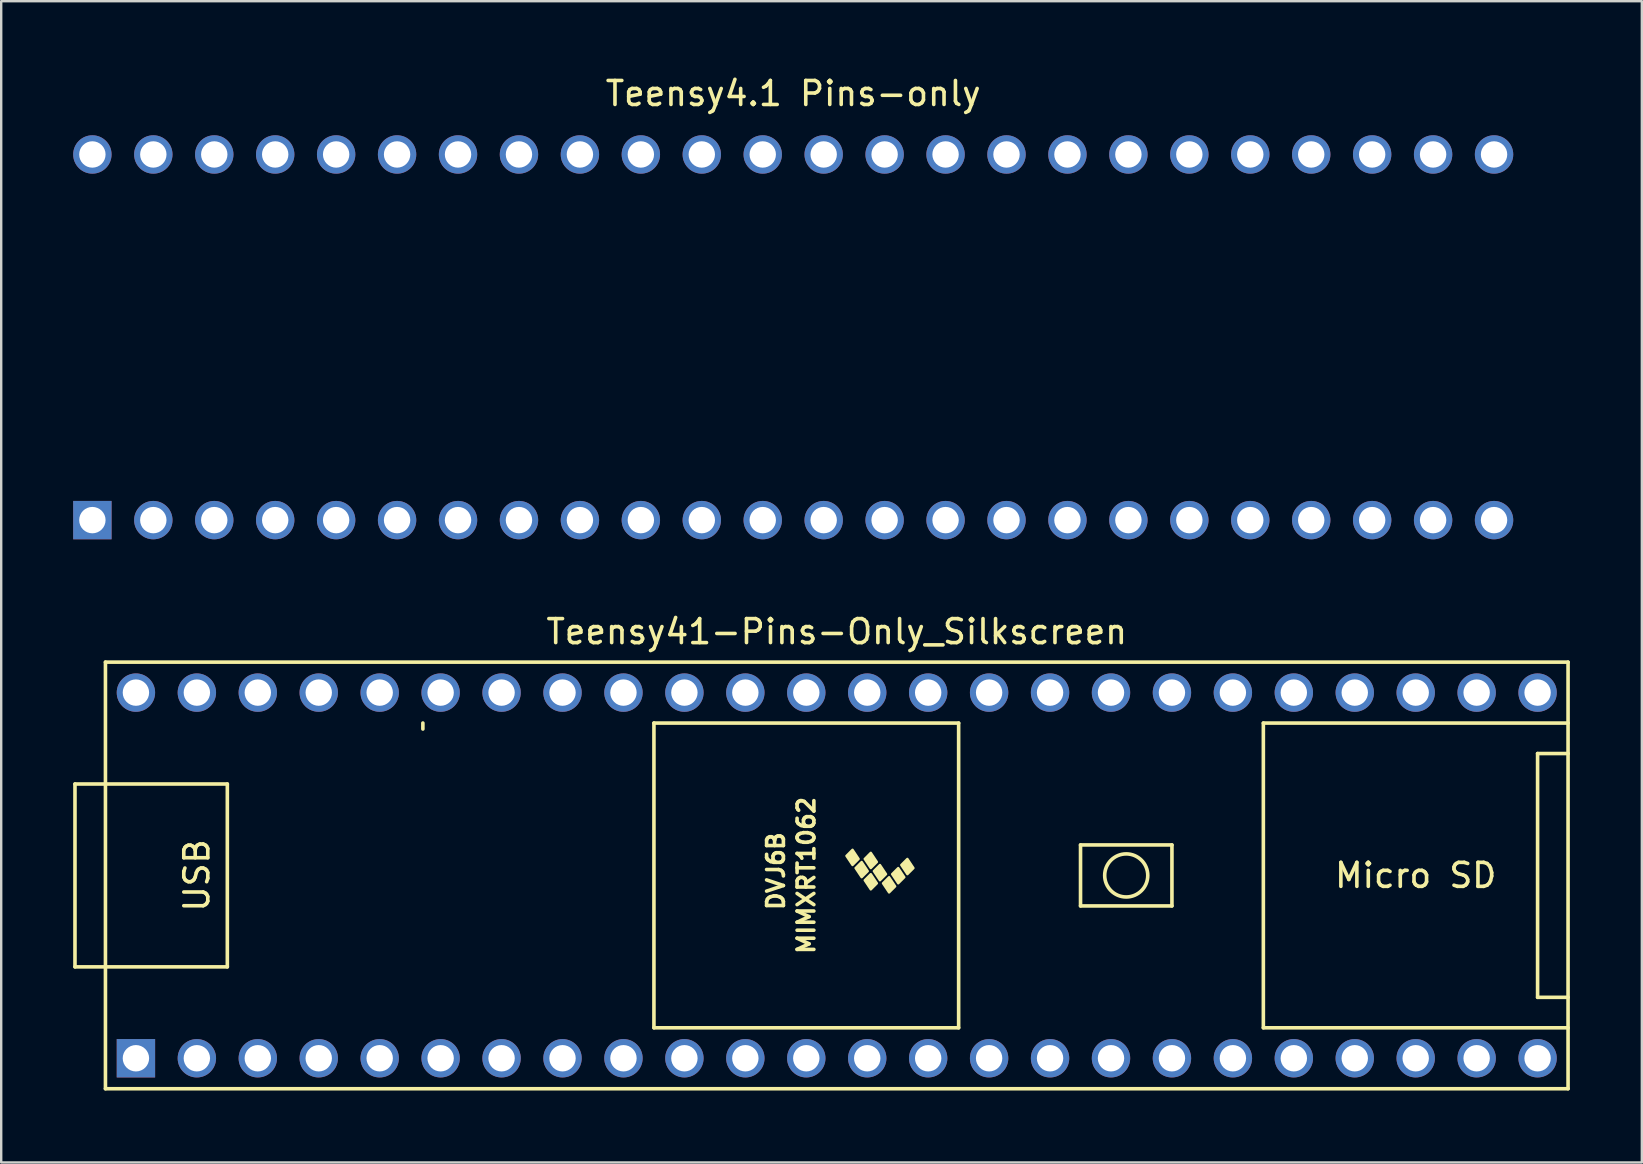
<source format=kicad_pcb>
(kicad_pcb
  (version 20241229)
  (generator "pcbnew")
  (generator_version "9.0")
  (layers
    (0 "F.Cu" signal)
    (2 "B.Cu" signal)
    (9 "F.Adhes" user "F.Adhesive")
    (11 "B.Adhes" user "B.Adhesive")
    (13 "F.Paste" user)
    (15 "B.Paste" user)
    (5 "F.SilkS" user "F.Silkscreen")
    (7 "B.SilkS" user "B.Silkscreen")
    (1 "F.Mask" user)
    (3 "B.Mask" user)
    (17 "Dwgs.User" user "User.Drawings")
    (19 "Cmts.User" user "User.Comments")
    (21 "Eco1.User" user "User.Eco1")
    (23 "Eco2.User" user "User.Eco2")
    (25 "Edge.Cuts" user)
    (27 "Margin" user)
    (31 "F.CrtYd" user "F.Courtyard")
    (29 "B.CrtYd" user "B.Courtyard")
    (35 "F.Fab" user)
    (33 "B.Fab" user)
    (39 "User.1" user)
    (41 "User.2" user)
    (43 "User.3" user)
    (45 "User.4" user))
  (footprint "Teensy4.1 Pins-only"
    (layer "F.Cu")
    (at 30.01 11.008)
    (property "Reference" "Teensy4.1 Pins-only" (at 0 -10.16 0) (layer "F.SilkS") (effects (font (size 1 1) (thickness 0.15))))
    (attr through_hole)
    (pad "1" thru_hole rect (at -29.21 7.62) (size 1.6 1.6) (drill 1.1) (layers "*.Cu" "*.Mask"))
    (pad "2" thru_hole circle (at -26.67 7.62) (size 1.6 1.6) (drill 1.1) (layers "*.Cu" "*.Mask"))
    (pad "3" thru_hole circle (at -24.13 7.62) (size 1.6 1.6) (drill 1.1) (layers "*.Cu" "*.Mask"))
    (pad "4" thru_hole circle (at -21.59 7.62) (size 1.6 1.6) (drill 1.1) (layers "*.Cu" "*.Mask"))
    (pad "5" thru_hole circle (at -19.05 7.62) (size 1.6 1.6) (drill 1.1) (layers "*.Cu" "*.Mask"))
    (pad "6" thru_hole circle (at -16.51 7.62) (size 1.6 1.6) (drill 1.1) (layers "*.Cu" "*.Mask"))
    (pad "7" thru_hole circle (at -13.97 7.62) (size 1.6 1.6) (drill 1.1) (layers "*.Cu" "*.Mask"))
    (pad "8" thru_hole circle (at -11.43 7.62) (size 1.6 1.6) (drill 1.1) (layers "*.Cu" "*.Mask"))
    (pad "9" thru_hole circle (at -8.89 7.62) (size 1.6 1.6) (drill 1.1) (layers "*.Cu" "*.Mask"))
    (pad "10" thru_hole circle (at -6.35 7.62) (size 1.6 1.6) (drill 1.1) (layers "*.Cu" "*.Mask"))
    (pad "11" thru_hole circle (at -3.81 7.62) (size 1.6 1.6) (drill 1.1) (layers "*.Cu" "*.Mask"))
    (pad "12" thru_hole circle (at -1.27 7.62) (size 1.6 1.6) (drill 1.1) (layers "*.Cu" "*.Mask"))
    (pad "13" thru_hole circle (at 1.27 7.62) (size 1.6 1.6) (drill 1.1) (layers "*.Cu" "*.Mask"))
    (pad "14" thru_hole circle (at 3.81 7.62) (size 1.6 1.6) (drill 1.1) (layers "*.Cu" "*.Mask"))
    (pad "15" thru_hole circle (at 6.35 7.62) (size 1.6 1.6) (drill 1.1) (layers "*.Cu" "*.Mask"))
    (pad "16" thru_hole circle (at 8.89 7.62) (size 1.6 1.6) (drill 1.1) (layers "*.Cu" "*.Mask"))
    (pad "17" thru_hole circle (at 11.43 7.62) (size 1.6 1.6) (drill 1.1) (layers "*.Cu" "*.Mask"))
    (pad "18" thru_hole circle (at 13.97 7.62) (size 1.6 1.6) (drill 1.1) (layers "*.Cu" "*.Mask"))
    (pad "19" thru_hole circle (at 16.51 7.62) (size 1.6 1.6) (drill 1.1) (layers "*.Cu" "*.Mask"))
    (pad "20" thru_hole circle (at 19.05 7.62) (size 1.6 1.6) (drill 1.1) (layers "*.Cu" "*.Mask"))
    (pad "21" thru_hole circle (at 21.59 7.62) (size 1.6 1.6) (drill 1.1) (layers "*.Cu" "*.Mask"))
    (pad "22" thru_hole circle (at 24.13 7.62) (size 1.6 1.6) (drill 1.1) (layers "*.Cu" "*.Mask"))
    (pad "23" thru_hole circle (at 26.67 7.62) (size 1.6 1.6) (drill 1.1) (layers "*.Cu" "*.Mask"))
    (pad "24" thru_hole circle (at 29.21 7.62) (size 1.6 1.6) (drill 1.1) (layers "*.Cu" "*.Mask"))
    (pad "25" thru_hole circle (at 29.21 -7.62) (size 1.6 1.6) (drill 1.1) (layers "*.Cu" "*.Mask"))
    (pad "26" thru_hole circle (at 26.67 -7.62) (size 1.6 1.6) (drill 1.1) (layers "*.Cu" "*.Mask"))
    (pad "27" thru_hole circle (at 24.13 -7.62) (size 1.6 1.6) (drill 1.1) (layers "*.Cu" "*.Mask"))
    (pad "28" thru_hole circle (at 21.59 -7.62) (size 1.6 1.6) (drill 1.1) (layers "*.Cu" "*.Mask"))
    (pad "29" thru_hole circle (at 19.05 -7.62) (size 1.6 1.6) (drill 1.1) (layers "*.Cu" "*.Mask"))
    (pad "30" thru_hole circle (at 16.51 -7.62) (size 1.6 1.6) (drill 1.1) (layers "*.Cu" "*.Mask"))
    (pad "31" thru_hole circle (at 13.97 -7.62) (size 1.6 1.6) (drill 1.1) (layers "*.Cu" "*.Mask"))
    (pad "32" thru_hole circle (at 11.43 -7.62) (size 1.6 1.6) (drill 1.1) (layers "*.Cu" "*.Mask"))
    (pad "33" thru_hole circle (at 8.89 -7.62) (size 1.6 1.6) (drill 1.1) (layers "*.Cu" "*.Mask"))
    (pad "34" thru_hole circle (at 6.35 -7.62) (size 1.6 1.6) (drill 1.1) (layers "*.Cu" "*.Mask"))
    (pad "35" thru_hole circle (at 3.81 -7.62) (size 1.6 1.6) (drill 1.1) (layers "*.Cu" "*.Mask"))
    (pad "36" thru_hole circle (at 1.27 -7.62) (size 1.6 1.6) (drill 1.1) (layers "*.Cu" "*.Mask"))
    (pad "37" thru_hole circle (at -1.27 -7.62) (size 1.6 1.6) (drill 1.1) (layers "*.Cu" "*.Mask"))
    (pad "38" thru_hole circle (at -3.81 -7.62) (size 1.6 1.6) (drill 1.1) (layers "*.Cu" "*.Mask"))
    (pad "39" thru_hole circle (at -6.35 -7.62) (size 1.6 1.6) (drill 1.1) (layers "*.Cu" "*.Mask"))
    (pad "40" thru_hole circle (at -8.89 -7.62) (size 1.6 1.6) (drill 1.1) (layers "*.Cu" "*.Mask"))
    (pad "41" thru_hole circle (at -11.43 -7.62) (size 1.6 1.6) (drill 1.1) (layers "*.Cu" "*.Mask"))
    (pad "42" thru_hole circle (at -13.97 -7.62) (size 1.6 1.6) (drill 1.1) (layers "*.Cu" "*.Mask"))
    (pad "43" thru_hole circle (at -16.51 -7.62) (size 1.6 1.6) (drill 1.1) (layers "*.Cu" "*.Mask"))
    (pad "44" thru_hole circle (at -19.05 -7.62) (size 1.6 1.6) (drill 1.1) (layers "*.Cu" "*.Mask"))
    (pad "45" thru_hole circle (at -21.59 -7.62) (size 1.6 1.6) (drill 1.1) (layers "*.Cu" "*.Mask"))
    (pad "46" thru_hole circle (at -24.13 -7.62) (size 1.6 1.6) (drill 1.1) (layers "*.Cu" "*.Mask"))
    (pad "47" thru_hole circle (at -26.67 -7.62) (size 1.6 1.6) (drill 1.1) (layers "*.Cu" "*.Mask"))
    (pad "48" thru_hole circle (at -29.21 -7.62) (size 1.6 1.6) (drill 1.1) (layers "*.Cu" "*.Mask")))
  (footprint "Teensy41-Pins-Only_Silkscreen"
    (layer "F.Cu")
    (at 31.825 33.437)
    (property "Reference" "Teensy41-Pins-Only_Silkscreen" (at 0 -10.16 0) (layer "F.SilkS") (effects (font (size 1 1) (thickness 0.15))))
    (attr through_hole)
    (fp_line (start -31.75 -3.81) (end -30.48 -3.81) (stroke (width 0.15) (type solid)) (layer "F.SilkS"))
    (fp_line (start -31.75 3.81) (end -31.75 -3.81) (stroke (width 0.15) (type solid)) (layer "F.SilkS"))
    (fp_line (start -30.48 -8.89) (end 30.48 -8.89) (stroke (width 0.15) (type solid)) (layer "F.SilkS"))
    (fp_line (start -30.48 3.81) (end -31.75 3.81) (stroke (width 0.15) (type solid)) (layer "F.SilkS"))
    (fp_line (start -30.48 8.89) (end -30.48 -8.89) (stroke (width 0.15) (type solid)) (layer "F.SilkS"))
    (fp_line (start -25.4 -3.81) (end -30.48 -3.81) (stroke (width 0.15) (type solid)) (layer "F.SilkS"))
    (fp_line (start -25.4 3.81) (end -30.48 3.81) (stroke (width 0.15) (type solid)) (layer "F.SilkS"))
    (fp_line (start -25.4 3.81) (end -25.4 -3.81) (stroke (width 0.15) (type solid)) (layer "F.SilkS"))
    (fp_line (start -17.25 -6.352) (end -17.25 -6.102) (stroke (width 0.15) (type solid)) (layer "F.SilkS"))
    (fp_line (start -7.62 -6.35) (end -7.62 6.35) (stroke (width 0.15) (type solid)) (layer "F.SilkS"))
    (fp_line (start -7.62 6.35) (end 5.08 6.35) (stroke (width 0.15) (type solid)) (layer "F.SilkS"))
    (fp_line (start 5.08 -6.35) (end -7.62 -6.35) (stroke (width 0.15) (type solid)) (layer "F.SilkS"))
    (fp_line (start 5.08 6.35) (end 5.08 -6.35) (stroke (width 0.15) (type solid)) (layer "F.SilkS"))
    (fp_line (start 10.16 -1.27) (end 13.97 -1.27) (stroke (width 0.15) (type solid)) (layer "F.SilkS"))
    (fp_line (start 10.16 1.27) (end 10.16 -1.27) (stroke (width 0.15) (type solid)) (layer "F.SilkS"))
    (fp_line (start 13.97 -1.27) (end 13.97 1.27) (stroke (width 0.15) (type solid)) (layer "F.SilkS"))
    (fp_line (start 13.97 1.27) (end 10.16 1.27) (stroke (width 0.15) (type solid)) (layer "F.SilkS"))
    (fp_line (start 17.78 -6.35) (end 17.78 6.35) (stroke (width 0.15) (type solid)) (layer "F.SilkS"))
    (fp_line (start 17.78 6.35) (end 30.48 6.35) (stroke (width 0.15) (type solid)) (layer "F.SilkS"))
    (fp_line (start 29.21 -5.08) (end 29.21 5.08) (stroke (width 0.15) (type solid)) (layer "F.SilkS"))
    (fp_line (start 29.21 5.08) (end 30.48 5.08) (stroke (width 0.15) (type solid)) (layer "F.SilkS"))
    (fp_line (start 30.48 -8.89) (end 30.48 8.89) (stroke (width 0.15) (type solid)) (layer "F.SilkS"))
    (fp_line (start 30.48 -6.35) (end 17.78 -6.35) (stroke (width 0.15) (type solid)) (layer "F.SilkS"))
    (fp_line (start 30.48 -5.08) (end 29.21 -5.08) (stroke (width 0.15) (type solid)) (layer "F.SilkS"))
    (fp_line (start 30.48 8.89) (end -30.48 8.89) (stroke (width 0.15) (type solid)) (layer "F.SilkS"))
    (fp_circle (center 12.065 0) (end 12.7 -0.635) (stroke (width 0.15) (type solid)) (fill no) (layer "F.SilkS"))
    (fp_poly (pts (xy 0.911 -0.688) (xy 0.657 -0.434) (xy 0.403 -0.815) (xy 0.657 -1.069)) (stroke (width 0.1) (type solid)) (fill yes) (layer "F.SilkS"))
    (fp_poly (pts (xy 1.292 -0.18) (xy 1.038 0.074) (xy 0.784 -0.307) (xy 1.038 -0.561)) (stroke (width 0.1) (type solid)) (fill yes) (layer "F.SilkS"))
    (fp_poly (pts (xy 1.673 -0.561) (xy 1.419 -0.307) (xy 1.165 -0.688) (xy 1.419 -0.942)) (stroke (width 0.1) (type solid)) (fill yes) (layer "F.SilkS"))
    (fp_poly (pts (xy 1.673 0.328) (xy 1.419 0.582) (xy 1.165 0.201) (xy 1.419 -0.053)) (stroke (width 0.1) (type solid)) (fill yes) (layer "F.SilkS"))
    (fp_poly (pts (xy 2.054 -0.053) (xy 1.8 0.201) (xy 1.546 -0.18) (xy 1.8 -0.434)) (stroke (width 0.1) (type solid)) (fill yes) (layer "F.SilkS"))
    (fp_poly (pts (xy 2.435 0.455) (xy 2.181 0.709) (xy 1.927 0.328) (xy 2.181 0.074)) (stroke (width 0.1) (type solid)) (fill yes) (layer "F.SilkS"))
    (fp_poly (pts (xy 2.816 0.074) (xy 2.562 0.328) (xy 2.308 -0.053) (xy 2.562 -0.307)) (stroke (width 0.1) (type solid)) (fill yes) (layer "F.SilkS"))
    (fp_poly (pts (xy 3.197 -0.307) (xy 2.943 -0.053) (xy 2.689 -0.434) (xy 2.943 -0.688)) (stroke (width 0.1) (type solid)) (fill yes) (layer "F.SilkS"))
    (fp_text user "USB" (at -26.67 0 270) (layer "F.SilkS") (effects (font (size 1 1) (thickness 0.15))))
    (fp_text user "Micro SD" (at 24.13 0 0) (layer "F.SilkS") (effects (font (size 1 1) (thickness 0.15))))
    (fp_text user "DVJ6B" (at -2.54 -0.18 270) (layer "F.SilkS") (effects (font (size 0.7 0.7) (thickness 0.15))))
    (fp_text user "MIMXRT1062" (at -1.27 0 270) (layer "F.SilkS") (effects (font (size 0.7 0.7) (thickness 0.15))))
    (pad "1" thru_hole rect (at -29.21 7.62) (size 1.6 1.6) (drill 1.1) (layers "*.Cu" "*.Mask"))
    (pad "2" thru_hole circle (at -26.67 7.62) (size 1.6 1.6) (drill 1.1) (layers "*.Cu" "*.Mask"))
    (pad "3" thru_hole circle (at -24.13 7.62) (size 1.6 1.6) (drill 1.1) (layers "*.Cu" "*.Mask"))
    (pad "4" thru_hole circle (at -21.59 7.62) (size 1.6 1.6) (drill 1.1) (layers "*.Cu" "*.Mask"))
    (pad "5" thru_hole circle (at -19.05 7.62) (size 1.6 1.6) (drill 1.1) (layers "*.Cu" "*.Mask"))
    (pad "6" thru_hole circle (at -16.51 7.62) (size 1.6 1.6) (drill 1.1) (layers "*.Cu" "*.Mask"))
    (pad "7" thru_hole circle (at -13.97 7.62) (size 1.6 1.6) (drill 1.1) (layers "*.Cu" "*.Mask"))
    (pad "8" thru_hole circle (at -11.43 7.62) (size 1.6 1.6) (drill 1.1) (layers "*.Cu" "*.Mask"))
    (pad "9" thru_hole circle (at -8.89 7.62) (size 1.6 1.6) (drill 1.1) (layers "*.Cu" "*.Mask"))
    (pad "10" thru_hole circle (at -6.35 7.62) (size 1.6 1.6) (drill 1.1) (layers "*.Cu" "*.Mask"))
    (pad "11" thru_hole circle (at -3.81 7.62) (size 1.6 1.6) (drill 1.1) (layers "*.Cu" "*.Mask"))
    (pad "12" thru_hole circle (at -1.27 7.62) (size 1.6 1.6) (drill 1.1) (layers "*.Cu" "*.Mask"))
    (pad "13" thru_hole circle (at 1.27 7.62) (size 1.6 1.6) (drill 1.1) (layers "*.Cu" "*.Mask"))
    (pad "14" thru_hole circle (at 3.81 7.62) (size 1.6 1.6) (drill 1.1) (layers "*.Cu" "*.Mask"))
    (pad "15" thru_hole circle (at 6.35 7.62) (size 1.6 1.6) (drill 1.1) (layers "*.Cu" "*.Mask"))
    (pad "16" thru_hole circle (at 8.89 7.62) (size 1.6 1.6) (drill 1.1) (layers "*.Cu" "*.Mask"))
    (pad "17" thru_hole circle (at 11.43 7.62) (size 1.6 1.6) (drill 1.1) (layers "*.Cu" "*.Mask"))
    (pad "18" thru_hole circle (at 13.97 7.62) (size 1.6 1.6) (drill 1.1) (layers "*.Cu" "*.Mask"))
    (pad "19" thru_hole circle (at 16.51 7.62) (size 1.6 1.6) (drill 1.1) (layers "*.Cu" "*.Mask"))
    (pad "20" thru_hole circle (at 19.05 7.62) (size 1.6 1.6) (drill 1.1) (layers "*.Cu" "*.Mask"))
    (pad "21" thru_hole circle (at 21.59 7.62) (size 1.6 1.6) (drill 1.1) (layers "*.Cu" "*.Mask"))
    (pad "22" thru_hole circle (at 24.13 7.62) (size 1.6 1.6) (drill 1.1) (layers "*.Cu" "*.Mask"))
    (pad "23" thru_hole circle (at 26.67 7.62) (size 1.6 1.6) (drill 1.1) (layers "*.Cu" "*.Mask"))
    (pad "24" thru_hole circle (at 29.21 7.62) (size 1.6 1.6) (drill 1.1) (layers "*.Cu" "*.Mask"))
    (pad "25" thru_hole circle (at 29.21 -7.62) (size 1.6 1.6) (drill 1.1) (layers "*.Cu" "*.Mask"))
    (pad "26" thru_hole circle (at 26.67 -7.62) (size 1.6 1.6) (drill 1.1) (layers "*.Cu" "*.Mask"))
    (pad "27" thru_hole circle (at 24.13 -7.62) (size 1.6 1.6) (drill 1.1) (layers "*.Cu" "*.Mask"))
    (pad "28" thru_hole circle (at 21.59 -7.62) (size 1.6 1.6) (drill 1.1) (layers "*.Cu" "*.Mask"))
    (pad "29" thru_hole circle (at 19.05 -7.62) (size 1.6 1.6) (drill 1.1) (layers "*.Cu" "*.Mask"))
    (pad "30" thru_hole circle (at 16.51 -7.62) (size 1.6 1.6) (drill 1.1) (layers "*.Cu" "*.Mask"))
    (pad "31" thru_hole circle (at 13.97 -7.62) (size 1.6 1.6) (drill 1.1) (layers "*.Cu" "*.Mask"))
    (pad "32" thru_hole circle (at 11.43 -7.62) (size 1.6 1.6) (drill 1.1) (layers "*.Cu" "*.Mask"))
    (pad "33" thru_hole circle (at 8.89 -7.62) (size 1.6 1.6) (drill 1.1) (layers "*.Cu" "*.Mask"))
    (pad "34" thru_hole circle (at 6.35 -7.62) (size 1.6 1.6) (drill 1.1) (layers "*.Cu" "*.Mask"))
    (pad "35" thru_hole circle (at 3.81 -7.62) (size 1.6 1.6) (drill 1.1) (layers "*.Cu" "*.Mask"))
    (pad "36" thru_hole circle (at 1.27 -7.62) (size 1.6 1.6) (drill 1.1) (layers "*.Cu" "*.Mask"))
    (pad "37" thru_hole circle (at -1.27 -7.62) (size 1.6 1.6) (drill 1.1) (layers "*.Cu" "*.Mask"))
    (pad "38" thru_hole circle (at -3.81 -7.62) (size 1.6 1.6) (drill 1.1) (layers "*.Cu" "*.Mask"))
    (pad "39" thru_hole circle (at -6.35 -7.62) (size 1.6 1.6) (drill 1.1) (layers "*.Cu" "*.Mask"))
    (pad "40" thru_hole circle (at -8.89 -7.62) (size 1.6 1.6) (drill 1.1) (layers "*.Cu" "*.Mask"))
    (pad "41" thru_hole circle (at -11.43 -7.62) (size 1.6 1.6) (drill 1.1) (layers "*.Cu" "*.Mask"))
    (pad "42" thru_hole circle (at -13.97 -7.62) (size 1.6 1.6) (drill 1.1) (layers "*.Cu" "*.Mask"))
    (pad "43" thru_hole circle (at -16.51 -7.62) (size 1.6 1.6) (drill 1.1) (layers "*.Cu" "*.Mask"))
    (pad "44" thru_hole circle (at -19.05 -7.62) (size 1.6 1.6) (drill 1.1) (layers "*.Cu" "*.Mask"))
    (pad "45" thru_hole circle (at -21.59 -7.62) (size 1.6 1.6) (drill 1.1) (layers "*.Cu" "*.Mask"))
    (pad "46" thru_hole circle (at -24.13 -7.62) (size 1.6 1.6) (drill 1.1) (layers "*.Cu" "*.Mask"))
    (pad "47" thru_hole circle (at -26.67 -7.62) (size 1.6 1.6) (drill 1.1) (layers "*.Cu" "*.Mask"))
    (pad "48" thru_hole circle (at -29.21 -7.62) (size 1.6 1.6) (drill 1.1) (layers "*.Cu" "*.Mask")))
  (gr_rect
    (start -3 -3)
    (end 65.38 45.401)
    (stroke (width 0.1) (type default))
    (fill no)
    (layer "Edge.Cuts")))
</source>
